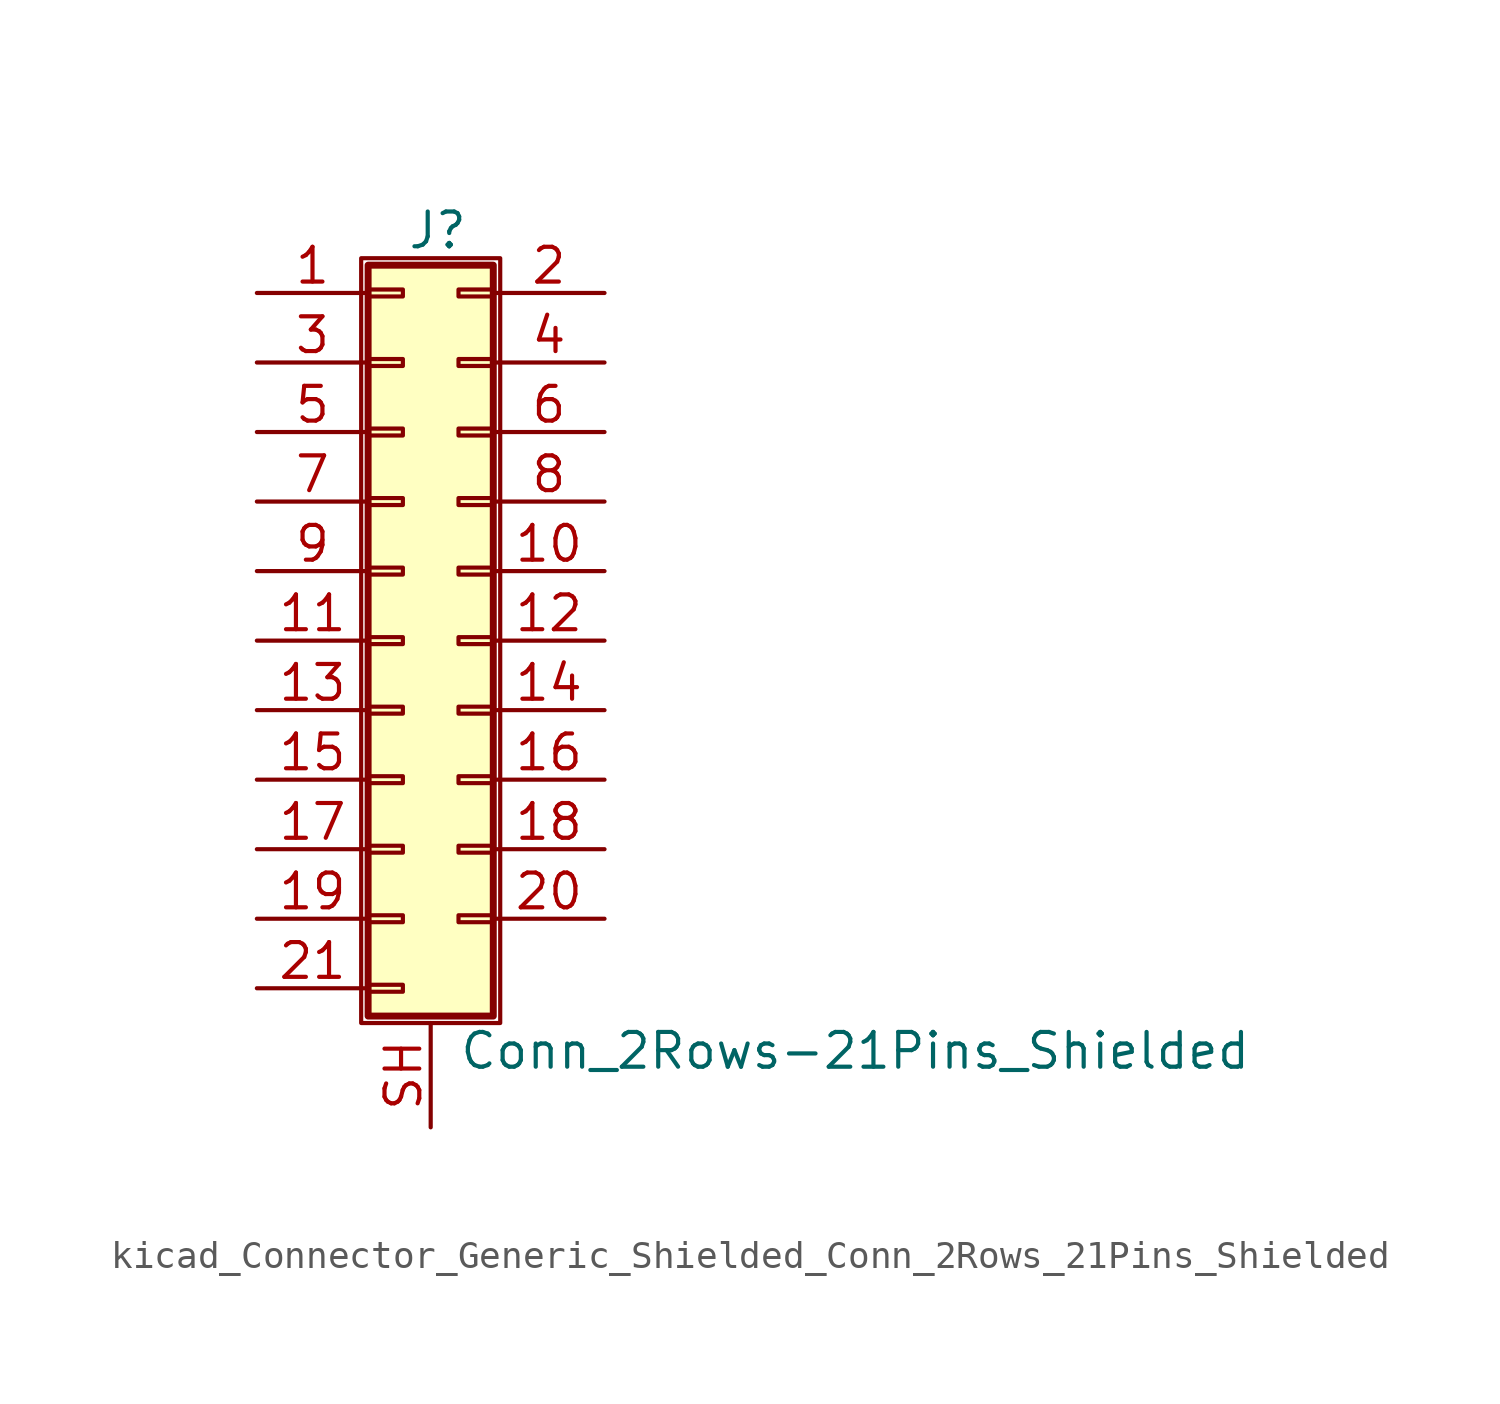
<source format=kicad_sym>
(kicad_symbol_lib
  (version 20220914)
  (generator kicad_symbol_editor)
  (symbol "kicad_Connector_Generic_Shielded_Conn_2Rows_21Pins_Shielded"
    (pin_names
      (offset 1.016) hide)
    (property "Reference" "J"
      (at 1.524 14.986 0)
      (effects (font (size 1.27 1.27))))
    (property "Value" "Conn_2Rows-21Pins_Shielded"
      (at 2.286 -14.986 0)
      (effects (font (size 1.27 1.27)) (justify left)))
    (symbol "kicad_Connector_Generic_Shielded_Conn_2Rows_21Pins_Shielded_1_1"
      (rectangle (start -1.27 13.97) (end 3.81 -13.97) (stroke (width 0.152) (type default)) (fill (type none)))
      (rectangle (start -1.016 -12.573) (end 0.254 -12.827) (stroke (width 0.152) (type default)) (fill (type none)))
      (rectangle (start -1.016 -10.033) (end 0.254 -10.287) (stroke (width 0.152) (type default)) (fill (type none)))
      (rectangle (start -1.016 -7.493) (end 0.254 -7.747) (stroke (width 0.152) (type default)) (fill (type none)))
      (rectangle (start -1.016 -4.953) (end 0.254 -5.207) (stroke (width 0.152) (type default)) (fill (type none)))
      (rectangle (start -1.016 -2.413) (end 0.254 -2.667) (stroke (width 0.152) (type default)) (fill (type none)))
      (rectangle (start -1.016 0.127) (end 0.254 -0.127) (stroke (width 0.152) (type default)) (fill (type none)))
      (rectangle (start -1.016 2.667) (end 0.254 2.413) (stroke (width 0.152) (type default)) (fill (type none)))
      (rectangle (start -1.016 5.207) (end 0.254 4.953) (stroke (width 0.152) (type default)) (fill (type none)))
      (rectangle (start -1.016 7.747) (end 0.254 7.493) (stroke (width 0.152) (type default)) (fill (type none)))
      (rectangle (start -1.016 10.287) (end 0.254 10.033) (stroke (width 0.152) (type default)) (fill (type none)))
      (rectangle (start -1.016 12.827) (end 0.254 12.573) (stroke (width 0.152) (type default)) (fill (type none)))
      (rectangle (start -1.016 13.716) (end 3.556 -13.716) (stroke (width 0.254) (type default)) (fill (type background)))
      (rectangle (start 3.556 -10.033) (end 2.286 -10.287) (stroke (width 0.152) (type default)) (fill (type none)))
      (rectangle (start 3.556 -7.493) (end 2.286 -7.747) (stroke (width 0.152) (type default)) (fill (type none)))
      (rectangle (start 3.556 -4.953) (end 2.286 -5.207) (stroke (width 0.152) (type default)) (fill (type none)))
      (rectangle (start 3.556 -2.413) (end 2.286 -2.667) (stroke (width 0.152) (type default)) (fill (type none)))
      (rectangle (start 3.556 0.127) (end 2.286 -0.127) (stroke (width 0.152) (type default)) (fill (type none)))
      (rectangle (start 3.556 2.667) (end 2.286 2.413) (stroke (width 0.152) (type default)) (fill (type none)))
      (rectangle (start 3.556 5.207) (end 2.286 4.953) (stroke (width 0.152) (type default)) (fill (type none)))
      (rectangle (start 3.556 7.747) (end 2.286 7.493) (stroke (width 0.152) (type default)) (fill (type none)))
      (rectangle (start 3.556 10.287) (end 2.286 10.033) (stroke (width 0.152) (type default)) (fill (type none)))
      (rectangle (start 3.556 12.827) (end 2.286 12.573) (stroke (width 0.152) (type default)) (fill (type none)))
      (pin passive line (at -5.08 12.7 0) (length 4.064) (name "Pin_1" (effects (font (size 1.27 1.27)))) (number "1" (effects (font (size 1.27 1.27)))))
      (pin passive line (at 7.62 2.54 180) (length 4.064) (name "Pin_10" (effects (font (size 1.27 1.27)))) (number "10" (effects (font (size 1.27 1.27)))))
      (pin passive line (at -5.08 0 0) (length 4.064) (name "Pin_11" (effects (font (size 1.27 1.27)))) (number "11" (effects (font (size 1.27 1.27)))))
      (pin passive line (at 7.62 0 180) (length 4.064) (name "Pin_12" (effects (font (size 1.27 1.27)))) (number "12" (effects (font (size 1.27 1.27)))))
      (pin passive line (at -5.08 -2.54 0) (length 4.064) (name "Pin_13" (effects (font (size 1.27 1.27)))) (number "13" (effects (font (size 1.27 1.27)))))
      (pin passive line (at 7.62 -2.54 180) (length 4.064) (name "Pin_14" (effects (font (size 1.27 1.27)))) (number "14" (effects (font (size 1.27 1.27)))))
      (pin passive line (at -5.08 -5.08 0) (length 4.064) (name "Pin_15" (effects (font (size 1.27 1.27)))) (number "15" (effects (font (size 1.27 1.27)))))
      (pin passive line (at 7.62 -5.08 180) (length 4.064) (name "Pin_16" (effects (font (size 1.27 1.27)))) (number "16" (effects (font (size 1.27 1.27)))))
      (pin passive line (at -5.08 -7.62 0) (length 4.064) (name "Pin_17" (effects (font (size 1.27 1.27)))) (number "17" (effects (font (size 1.27 1.27)))))
      (pin passive line (at 7.62 -7.62 180) (length 4.064) (name "Pin_18" (effects (font (size 1.27 1.27)))) (number "18" (effects (font (size 1.27 1.27)))))
      (pin passive line (at -5.08 -10.16 0) (length 4.064) (name "Pin_19" (effects (font (size 1.27 1.27)))) (number "19" (effects (font (size 1.27 1.27)))))
      (pin passive line (at 7.62 12.7 180) (length 4.064) (name "Pin_2" (effects (font (size 1.27 1.27)))) (number "2" (effects (font (size 1.27 1.27)))))
      (pin passive line (at 7.62 -10.16 180) (length 4.064) (name "Pin_20" (effects (font (size 1.27 1.27)))) (number "20" (effects (font (size 1.27 1.27)))))
      (pin passive line (at -5.08 -12.7 0) (length 4.064) (name "Pin_21" (effects (font (size 1.27 1.27)))) (number "21" (effects (font (size 1.27 1.27)))))
      (pin passive line (at -5.08 10.16 0) (length 4.064) (name "Pin_3" (effects (font (size 1.27 1.27)))) (number "3" (effects (font (size 1.27 1.27)))))
      (pin passive line (at 7.62 10.16 180) (length 4.064) (name "Pin_4" (effects (font (size 1.27 1.27)))) (number "4" (effects (font (size 1.27 1.27)))))
      (pin passive line (at -5.08 7.62 0) (length 4.064) (name "Pin_5" (effects (font (size 1.27 1.27)))) (number "5" (effects (font (size 1.27 1.27)))))
      (pin passive line (at 7.62 7.62 180) (length 4.064) (name "Pin_6" (effects (font (size 1.27 1.27)))) (number "6" (effects (font (size 1.27 1.27)))))
      (pin passive line (at -5.08 5.08 0) (length 4.064) (name "Pin_7" (effects (font (size 1.27 1.27)))) (number "7" (effects (font (size 1.27 1.27)))))
      (pin passive line (at 7.62 5.08 180) (length 4.064) (name "Pin_8" (effects (font (size 1.27 1.27)))) (number "8" (effects (font (size 1.27 1.27)))))
      (pin passive line (at -5.08 2.54 0) (length 4.064) (name "Pin_9" (effects (font (size 1.27 1.27)))) (number "9" (effects (font (size 1.27 1.27)))))
      (pin passive line (at 1.27 -17.78 90) (length 3.81) (name "Shield" (effects (font (size 1.27 1.27)))) (number "SH" (effects (font (size 1.27 1.27))))))))
</source>
